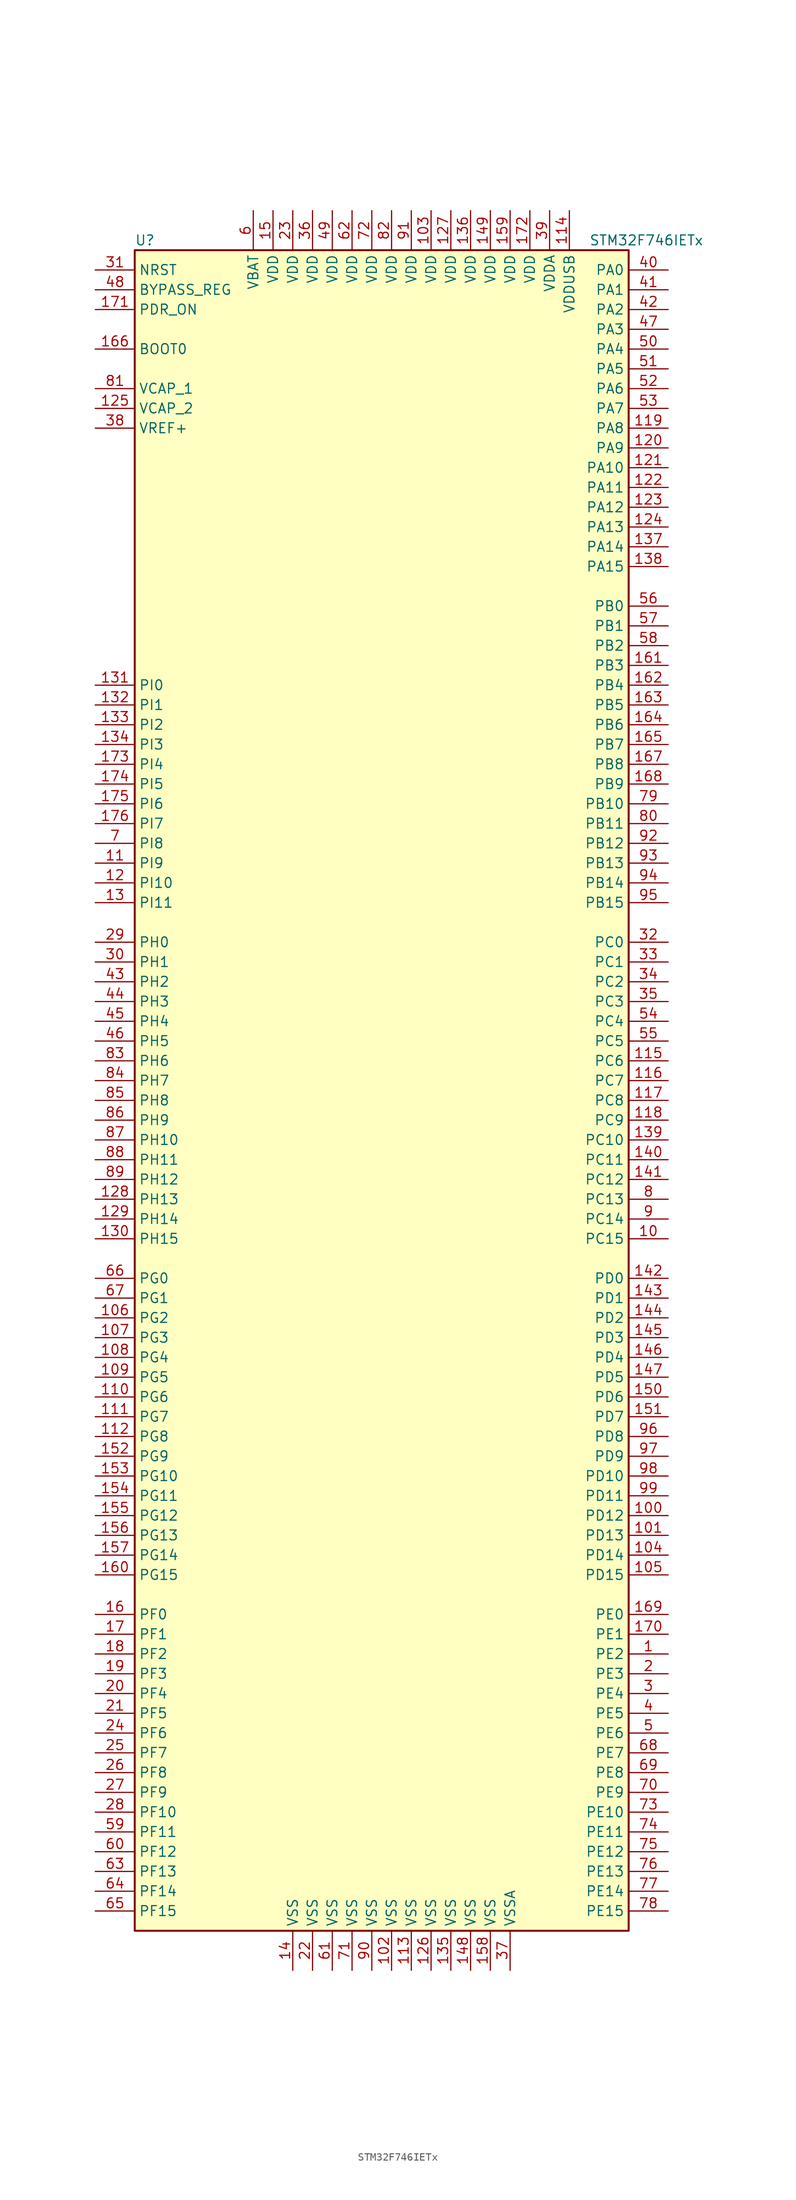
<source format=kicad_sym>
(kicad_symbol_lib
  (version 20201005)
  (generator kicad_symbol_editor)
  (symbol "STM32F746IETx"
    (property "Reference" "U"
      (at -33.02 107.95 0)
      (effects (font (size 1.27 1.27)) (justify left)))
    (property "Value" "STM32F746IETx"
      (at 25.4 107.95 0)
      (effects (font (size 1.27 1.27)) (justify left)))
    (symbol "STM32F746IETx_0_1"
      (rectangle (start -33.02 -109.22) (end 30.48 106.68) (stroke (width 0.254)) (fill (type background))))
    (symbol "STM32F746IETx_1_1"
      (pin bidirectional line (at 35.56 -73.66 180) (length 5.08) (name "PE2" (effects (font (size 1.27 1.27)))) (number "1" (effects (font (size 1.27 1.27)))))
      (pin bidirectional line (at 35.56 -20.32 180) (length 5.08) (name "PC15" (effects (font (size 1.27 1.27)))) (number "10" (effects (font (size 1.27 1.27)))))
      (pin bidirectional line (at 35.56 -55.88 180) (length 5.08) (name "PD12" (effects (font (size 1.27 1.27)))) (number "100" (effects (font (size 1.27 1.27)))))
      (pin bidirectional line (at 35.56 -58.42 180) (length 5.08) (name "PD13" (effects (font (size 1.27 1.27)))) (number "101" (effects (font (size 1.27 1.27)))))
      (pin power_in line (at 0 -114.3 90) (length 5.08) (name "VSS" (effects (font (size 1.27 1.27)))) (number "102" (effects (font (size 1.27 1.27)))))
      (pin power_in line (at 5.08 111.76 270) (length 5.08) (name "VDD" (effects (font (size 1.27 1.27)))) (number "103" (effects (font (size 1.27 1.27)))))
      (pin bidirectional line (at 35.56 -60.96 180) (length 5.08) (name "PD14" (effects (font (size 1.27 1.27)))) (number "104" (effects (font (size 1.27 1.27)))))
      (pin bidirectional line (at 35.56 -63.5 180) (length 5.08) (name "PD15" (effects (font (size 1.27 1.27)))) (number "105" (effects (font (size 1.27 1.27)))))
      (pin bidirectional line (at -38.1 -30.48 0) (length 5.08) (name "PG2" (effects (font (size 1.27 1.27)))) (number "106" (effects (font (size 1.27 1.27)))))
      (pin bidirectional line (at -38.1 -33.02 0) (length 5.08) (name "PG3" (effects (font (size 1.27 1.27)))) (number "107" (effects (font (size 1.27 1.27)))))
      (pin bidirectional line (at -38.1 -35.56 0) (length 5.08) (name "PG4" (effects (font (size 1.27 1.27)))) (number "108" (effects (font (size 1.27 1.27)))))
      (pin bidirectional line (at -38.1 -38.1 0) (length 5.08) (name "PG5" (effects (font (size 1.27 1.27)))) (number "109" (effects (font (size 1.27 1.27)))))
      (pin bidirectional line (at -38.1 27.94 0) (length 5.08) (name "PI9" (effects (font (size 1.27 1.27)))) (number "11" (effects (font (size 1.27 1.27)))))
      (pin bidirectional line (at -38.1 -40.64 0) (length 5.08) (name "PG6" (effects (font (size 1.27 1.27)))) (number "110" (effects (font (size 1.27 1.27)))))
      (pin bidirectional line (at -38.1 -43.18 0) (length 5.08) (name "PG7" (effects (font (size 1.27 1.27)))) (number "111" (effects (font (size 1.27 1.27)))))
      (pin bidirectional line (at -38.1 -45.72 0) (length 5.08) (name "PG8" (effects (font (size 1.27 1.27)))) (number "112" (effects (font (size 1.27 1.27)))))
      (pin power_in line (at 2.54 -114.3 90) (length 5.08) (name "VSS" (effects (font (size 1.27 1.27)))) (number "113" (effects (font (size 1.27 1.27)))))
      (pin power_in line (at 22.86 111.76 270) (length 5.08) (name "VDDUSB" (effects (font (size 1.27 1.27)))) (number "114" (effects (font (size 1.27 1.27)))))
      (pin bidirectional line (at 35.56 2.54 180) (length 5.08) (name "PC6" (effects (font (size 1.27 1.27)))) (number "115" (effects (font (size 1.27 1.27)))))
      (pin bidirectional line (at 35.56 0 180) (length 5.08) (name "PC7" (effects (font (size 1.27 1.27)))) (number "116" (effects (font (size 1.27 1.27)))))
      (pin bidirectional line (at 35.56 -2.54 180) (length 5.08) (name "PC8" (effects (font (size 1.27 1.27)))) (number "117" (effects (font (size 1.27 1.27)))))
      (pin bidirectional line (at 35.56 -5.08 180) (length 5.08) (name "PC9" (effects (font (size 1.27 1.27)))) (number "118" (effects (font (size 1.27 1.27)))))
      (pin bidirectional line (at 35.56 83.82 180) (length 5.08) (name "PA8" (effects (font (size 1.27 1.27)))) (number "119" (effects (font (size 1.27 1.27)))))
      (pin bidirectional line (at -38.1 25.4 0) (length 5.08) (name "PI10" (effects (font (size 1.27 1.27)))) (number "12" (effects (font (size 1.27 1.27)))))
      (pin bidirectional line (at 35.56 81.28 180) (length 5.08) (name "PA9" (effects (font (size 1.27 1.27)))) (number "120" (effects (font (size 1.27 1.27)))))
      (pin bidirectional line (at 35.56 78.74 180) (length 5.08) (name "PA10" (effects (font (size 1.27 1.27)))) (number "121" (effects (font (size 1.27 1.27)))))
      (pin bidirectional line (at 35.56 76.2 180) (length 5.08) (name "PA11" (effects (font (size 1.27 1.27)))) (number "122" (effects (font (size 1.27 1.27)))))
      (pin bidirectional line (at 35.56 73.66 180) (length 5.08) (name "PA12" (effects (font (size 1.27 1.27)))) (number "123" (effects (font (size 1.27 1.27)))))
      (pin bidirectional line (at 35.56 71.12 180) (length 5.08) (name "PA13" (effects (font (size 1.27 1.27)))) (number "124" (effects (font (size 1.27 1.27)))))
      (pin power_in line (at -38.1 86.36 0) (length 5.08) (name "VCAP_2" (effects (font (size 1.27 1.27)))) (number "125" (effects (font (size 1.27 1.27)))))
      (pin power_in line (at 5.08 -114.3 90) (length 5.08) (name "VSS" (effects (font (size 1.27 1.27)))) (number "126" (effects (font (size 1.27 1.27)))))
      (pin power_in line (at 7.62 111.76 270) (length 5.08) (name "VDD" (effects (font (size 1.27 1.27)))) (number "127" (effects (font (size 1.27 1.27)))))
      (pin bidirectional line (at -38.1 -15.24 0) (length 5.08) (name "PH13" (effects (font (size 1.27 1.27)))) (number "128" (effects (font (size 1.27 1.27)))))
      (pin bidirectional line (at -38.1 -17.78 0) (length 5.08) (name "PH14" (effects (font (size 1.27 1.27)))) (number "129" (effects (font (size 1.27 1.27)))))
      (pin bidirectional line (at -38.1 22.86 0) (length 5.08) (name "PI11" (effects (font (size 1.27 1.27)))) (number "13" (effects (font (size 1.27 1.27)))))
      (pin bidirectional line (at -38.1 -20.32 0) (length 5.08) (name "PH15" (effects (font (size 1.27 1.27)))) (number "130" (effects (font (size 1.27 1.27)))))
      (pin bidirectional line (at -38.1 50.8 0) (length 5.08) (name "PI0" (effects (font (size 1.27 1.27)))) (number "131" (effects (font (size 1.27 1.27)))))
      (pin bidirectional line (at -38.1 48.26 0) (length 5.08) (name "PI1" (effects (font (size 1.27 1.27)))) (number "132" (effects (font (size 1.27 1.27)))))
      (pin bidirectional line (at -38.1 45.72 0) (length 5.08) (name "PI2" (effects (font (size 1.27 1.27)))) (number "133" (effects (font (size 1.27 1.27)))))
      (pin bidirectional line (at -38.1 43.18 0) (length 5.08) (name "PI3" (effects (font (size 1.27 1.27)))) (number "134" (effects (font (size 1.27 1.27)))))
      (pin power_in line (at 7.62 -114.3 90) (length 5.08) (name "VSS" (effects (font (size 1.27 1.27)))) (number "135" (effects (font (size 1.27 1.27)))))
      (pin power_in line (at 10.16 111.76 270) (length 5.08) (name "VDD" (effects (font (size 1.27 1.27)))) (number "136" (effects (font (size 1.27 1.27)))))
      (pin bidirectional line (at 35.56 68.58 180) (length 5.08) (name "PA14" (effects (font (size 1.27 1.27)))) (number "137" (effects (font (size 1.27 1.27)))))
      (pin bidirectional line (at 35.56 66.04 180) (length 5.08) (name "PA15" (effects (font (size 1.27 1.27)))) (number "138" (effects (font (size 1.27 1.27)))))
      (pin bidirectional line (at 35.56 -7.62 180) (length 5.08) (name "PC10" (effects (font (size 1.27 1.27)))) (number "139" (effects (font (size 1.27 1.27)))))
      (pin power_in line (at -12.7 -114.3 90) (length 5.08) (name "VSS" (effects (font (size 1.27 1.27)))) (number "14" (effects (font (size 1.27 1.27)))))
      (pin bidirectional line (at 35.56 -10.16 180) (length 5.08) (name "PC11" (effects (font (size 1.27 1.27)))) (number "140" (effects (font (size 1.27 1.27)))))
      (pin bidirectional line (at 35.56 -12.7 180) (length 5.08) (name "PC12" (effects (font (size 1.27 1.27)))) (number "141" (effects (font (size 1.27 1.27)))))
      (pin bidirectional line (at 35.56 -25.4 180) (length 5.08) (name "PD0" (effects (font (size 1.27 1.27)))) (number "142" (effects (font (size 1.27 1.27)))))
      (pin bidirectional line (at 35.56 -27.94 180) (length 5.08) (name "PD1" (effects (font (size 1.27 1.27)))) (number "143" (effects (font (size 1.27 1.27)))))
      (pin bidirectional line (at 35.56 -30.48 180) (length 5.08) (name "PD2" (effects (font (size 1.27 1.27)))) (number "144" (effects (font (size 1.27 1.27)))))
      (pin bidirectional line (at 35.56 -33.02 180) (length 5.08) (name "PD3" (effects (font (size 1.27 1.27)))) (number "145" (effects (font (size 1.27 1.27)))))
      (pin bidirectional line (at 35.56 -35.56 180) (length 5.08) (name "PD4" (effects (font (size 1.27 1.27)))) (number "146" (effects (font (size 1.27 1.27)))))
      (pin bidirectional line (at 35.56 -38.1 180) (length 5.08) (name "PD5" (effects (font (size 1.27 1.27)))) (number "147" (effects (font (size 1.27 1.27)))))
      (pin power_in line (at 10.16 -114.3 90) (length 5.08) (name "VSS" (effects (font (size 1.27 1.27)))) (number "148" (effects (font (size 1.27 1.27)))))
      (pin power_in line (at 12.7 111.76 270) (length 5.08) (name "VDD" (effects (font (size 1.27 1.27)))) (number "149" (effects (font (size 1.27 1.27)))))
      (pin power_in line (at -15.24 111.76 270) (length 5.08) (name "VDD" (effects (font (size 1.27 1.27)))) (number "15" (effects (font (size 1.27 1.27)))))
      (pin bidirectional line (at 35.56 -40.64 180) (length 5.08) (name "PD6" (effects (font (size 1.27 1.27)))) (number "150" (effects (font (size 1.27 1.27)))))
      (pin bidirectional line (at 35.56 -43.18 180) (length 5.08) (name "PD7" (effects (font (size 1.27 1.27)))) (number "151" (effects (font (size 1.27 1.27)))))
      (pin bidirectional line (at -38.1 -48.26 0) (length 5.08) (name "PG9" (effects (font (size 1.27 1.27)))) (number "152" (effects (font (size 1.27 1.27)))))
      (pin bidirectional line (at -38.1 -50.8 0) (length 5.08) (name "PG10" (effects (font (size 1.27 1.27)))) (number "153" (effects (font (size 1.27 1.27)))))
      (pin bidirectional line (at -38.1 -53.34 0) (length 5.08) (name "PG11" (effects (font (size 1.27 1.27)))) (number "154" (effects (font (size 1.27 1.27)))))
      (pin bidirectional line (at -38.1 -55.88 0) (length 5.08) (name "PG12" (effects (font (size 1.27 1.27)))) (number "155" (effects (font (size 1.27 1.27)))))
      (pin bidirectional line (at -38.1 -58.42 0) (length 5.08) (name "PG13" (effects (font (size 1.27 1.27)))) (number "156" (effects (font (size 1.27 1.27)))))
      (pin bidirectional line (at -38.1 -60.96 0) (length 5.08) (name "PG14" (effects (font (size 1.27 1.27)))) (number "157" (effects (font (size 1.27 1.27)))))
      (pin power_in line (at 12.7 -114.3 90) (length 5.08) (name "VSS" (effects (font (size 1.27 1.27)))) (number "158" (effects (font (size 1.27 1.27)))))
      (pin power_in line (at 15.24 111.76 270) (length 5.08) (name "VDD" (effects (font (size 1.27 1.27)))) (number "159" (effects (font (size 1.27 1.27)))))
      (pin bidirectional line (at -38.1 -68.58 0) (length 5.08) (name "PF0" (effects (font (size 1.27 1.27)))) (number "16" (effects (font (size 1.27 1.27)))))
      (pin bidirectional line (at -38.1 -63.5 0) (length 5.08) (name "PG15" (effects (font (size 1.27 1.27)))) (number "160" (effects (font (size 1.27 1.27)))))
      (pin bidirectional line (at 35.56 53.34 180) (length 5.08) (name "PB3" (effects (font (size 1.27 1.27)))) (number "161" (effects (font (size 1.27 1.27)))))
      (pin bidirectional line (at 35.56 50.8 180) (length 5.08) (name "PB4" (effects (font (size 1.27 1.27)))) (number "162" (effects (font (size 1.27 1.27)))))
      (pin bidirectional line (at 35.56 48.26 180) (length 5.08) (name "PB5" (effects (font (size 1.27 1.27)))) (number "163" (effects (font (size 1.27 1.27)))))
      (pin bidirectional line (at 35.56 45.72 180) (length 5.08) (name "PB6" (effects (font (size 1.27 1.27)))) (number "164" (effects (font (size 1.27 1.27)))))
      (pin bidirectional line (at 35.56 43.18 180) (length 5.08) (name "PB7" (effects (font (size 1.27 1.27)))) (number "165" (effects (font (size 1.27 1.27)))))
      (pin input line (at -38.1 93.98 0) (length 5.08) (name "BOOT0" (effects (font (size 1.27 1.27)))) (number "166" (effects (font (size 1.27 1.27)))))
      (pin bidirectional line (at 35.56 40.64 180) (length 5.08) (name "PB8" (effects (font (size 1.27 1.27)))) (number "167" (effects (font (size 1.27 1.27)))))
      (pin bidirectional line (at 35.56 38.1 180) (length 5.08) (name "PB9" (effects (font (size 1.27 1.27)))) (number "168" (effects (font (size 1.27 1.27)))))
      (pin bidirectional line (at 35.56 -68.58 180) (length 5.08) (name "PE0" (effects (font (size 1.27 1.27)))) (number "169" (effects (font (size 1.27 1.27)))))
      (pin bidirectional line (at -38.1 -71.12 0) (length 5.08) (name "PF1" (effects (font (size 1.27 1.27)))) (number "17" (effects (font (size 1.27 1.27)))))
      (pin bidirectional line (at 35.56 -71.12 180) (length 5.08) (name "PE1" (effects (font (size 1.27 1.27)))) (number "170" (effects (font (size 1.27 1.27)))))
      (pin input line (at -38.1 99.06 0) (length 5.08) (name "PDR_ON" (effects (font (size 1.27 1.27)))) (number "171" (effects (font (size 1.27 1.27)))))
      (pin power_in line (at 17.78 111.76 270) (length 5.08) (name "VDD" (effects (font (size 1.27 1.27)))) (number "172" (effects (font (size 1.27 1.27)))))
      (pin bidirectional line (at -38.1 40.64 0) (length 5.08) (name "PI4" (effects (font (size 1.27 1.27)))) (number "173" (effects (font (size 1.27 1.27)))))
      (pin bidirectional line (at -38.1 38.1 0) (length 5.08) (name "PI5" (effects (font (size 1.27 1.27)))) (number "174" (effects (font (size 1.27 1.27)))))
      (pin bidirectional line (at -38.1 35.56 0) (length 5.08) (name "PI6" (effects (font (size 1.27 1.27)))) (number "175" (effects (font (size 1.27 1.27)))))
      (pin bidirectional line (at -38.1 33.02 0) (length 5.08) (name "PI7" (effects (font (size 1.27 1.27)))) (number "176" (effects (font (size 1.27 1.27)))))
      (pin bidirectional line (at -38.1 -73.66 0) (length 5.08) (name "PF2" (effects (font (size 1.27 1.27)))) (number "18" (effects (font (size 1.27 1.27)))))
      (pin bidirectional line (at -38.1 -76.2 0) (length 5.08) (name "PF3" (effects (font (size 1.27 1.27)))) (number "19" (effects (font (size 1.27 1.27)))))
      (pin bidirectional line (at 35.56 -76.2 180) (length 5.08) (name "PE3" (effects (font (size 1.27 1.27)))) (number "2" (effects (font (size 1.27 1.27)))))
      (pin bidirectional line (at -38.1 -78.74 0) (length 5.08) (name "PF4" (effects (font (size 1.27 1.27)))) (number "20" (effects (font (size 1.27 1.27)))))
      (pin bidirectional line (at -38.1 -81.28 0) (length 5.08) (name "PF5" (effects (font (size 1.27 1.27)))) (number "21" (effects (font (size 1.27 1.27)))))
      (pin power_in line (at -10.16 -114.3 90) (length 5.08) (name "VSS" (effects (font (size 1.27 1.27)))) (number "22" (effects (font (size 1.27 1.27)))))
      (pin power_in line (at -12.7 111.76 270) (length 5.08) (name "VDD" (effects (font (size 1.27 1.27)))) (number "23" (effects (font (size 1.27 1.27)))))
      (pin bidirectional line (at -38.1 -83.82 0) (length 5.08) (name "PF6" (effects (font (size 1.27 1.27)))) (number "24" (effects (font (size 1.27 1.27)))))
      (pin bidirectional line (at -38.1 -86.36 0) (length 5.08) (name "PF7" (effects (font (size 1.27 1.27)))) (number "25" (effects (font (size 1.27 1.27)))))
      (pin bidirectional line (at -38.1 -88.9 0) (length 5.08) (name "PF8" (effects (font (size 1.27 1.27)))) (number "26" (effects (font (size 1.27 1.27)))))
      (pin bidirectional line (at -38.1 -91.44 0) (length 5.08) (name "PF9" (effects (font (size 1.27 1.27)))) (number "27" (effects (font (size 1.27 1.27)))))
      (pin bidirectional line (at -38.1 -93.98 0) (length 5.08) (name "PF10" (effects (font (size 1.27 1.27)))) (number "28" (effects (font (size 1.27 1.27)))))
      (pin input line (at -38.1 17.78 0) (length 5.08) (name "PH0" (effects (font (size 1.27 1.27)))) (number "29" (effects (font (size 1.27 1.27)))))
      (pin bidirectional line (at 35.56 -78.74 180) (length 5.08) (name "PE4" (effects (font (size 1.27 1.27)))) (number "3" (effects (font (size 1.27 1.27)))))
      (pin input line (at -38.1 15.24 0) (length 5.08) (name "PH1" (effects (font (size 1.27 1.27)))) (number "30" (effects (font (size 1.27 1.27)))))
      (pin input line (at -38.1 104.14 0) (length 5.08) (name "NRST" (effects (font (size 1.27 1.27)))) (number "31" (effects (font (size 1.27 1.27)))))
      (pin bidirectional line (at 35.56 17.78 180) (length 5.08) (name "PC0" (effects (font (size 1.27 1.27)))) (number "32" (effects (font (size 1.27 1.27)))))
      (pin bidirectional line (at 35.56 15.24 180) (length 5.08) (name "PC1" (effects (font (size 1.27 1.27)))) (number "33" (effects (font (size 1.27 1.27)))))
      (pin bidirectional line (at 35.56 12.7 180) (length 5.08) (name "PC2" (effects (font (size 1.27 1.27)))) (number "34" (effects (font (size 1.27 1.27)))))
      (pin bidirectional line (at 35.56 10.16 180) (length 5.08) (name "PC3" (effects (font (size 1.27 1.27)))) (number "35" (effects (font (size 1.27 1.27)))))
      (pin power_in line (at -10.16 111.76 270) (length 5.08) (name "VDD" (effects (font (size 1.27 1.27)))) (number "36" (effects (font (size 1.27 1.27)))))
      (pin power_in line (at 15.24 -114.3 90) (length 5.08) (name "VSSA" (effects (font (size 1.27 1.27)))) (number "37" (effects (font (size 1.27 1.27)))))
      (pin power_in line (at -38.1 83.82 0) (length 5.08) (name "VREF+" (effects (font (size 1.27 1.27)))) (number "38" (effects (font (size 1.27 1.27)))))
      (pin power_in line (at 20.32 111.76 270) (length 5.08) (name "VDDA" (effects (font (size 1.27 1.27)))) (number "39" (effects (font (size 1.27 1.27)))))
      (pin bidirectional line (at 35.56 -81.28 180) (length 5.08) (name "PE5" (effects (font (size 1.27 1.27)))) (number "4" (effects (font (size 1.27 1.27)))))
      (pin bidirectional line (at 35.56 104.14 180) (length 5.08) (name "PA0" (effects (font (size 1.27 1.27)))) (number "40" (effects (font (size 1.27 1.27)))))
      (pin bidirectional line (at 35.56 101.6 180) (length 5.08) (name "PA1" (effects (font (size 1.27 1.27)))) (number "41" (effects (font (size 1.27 1.27)))))
      (pin bidirectional line (at 35.56 99.06 180) (length 5.08) (name "PA2" (effects (font (size 1.27 1.27)))) (number "42" (effects (font (size 1.27 1.27)))))
      (pin bidirectional line (at -38.1 12.7 0) (length 5.08) (name "PH2" (effects (font (size 1.27 1.27)))) (number "43" (effects (font (size 1.27 1.27)))))
      (pin bidirectional line (at -38.1 10.16 0) (length 5.08) (name "PH3" (effects (font (size 1.27 1.27)))) (number "44" (effects (font (size 1.27 1.27)))))
      (pin bidirectional line (at -38.1 7.62 0) (length 5.08) (name "PH4" (effects (font (size 1.27 1.27)))) (number "45" (effects (font (size 1.27 1.27)))))
      (pin bidirectional line (at -38.1 5.08 0) (length 5.08) (name "PH5" (effects (font (size 1.27 1.27)))) (number "46" (effects (font (size 1.27 1.27)))))
      (pin bidirectional line (at 35.56 96.52 180) (length 5.08) (name "PA3" (effects (font (size 1.27 1.27)))) (number "47" (effects (font (size 1.27 1.27)))))
      (pin input line (at -38.1 101.6 0) (length 5.08) (name "BYPASS_REG" (effects (font (size 1.27 1.27)))) (number "48" (effects (font (size 1.27 1.27)))))
      (pin power_in line (at -7.62 111.76 270) (length 5.08) (name "VDD" (effects (font (size 1.27 1.27)))) (number "49" (effects (font (size 1.27 1.27)))))
      (pin bidirectional line (at 35.56 -83.82 180) (length 5.08) (name "PE6" (effects (font (size 1.27 1.27)))) (number "5" (effects (font (size 1.27 1.27)))))
      (pin bidirectional line (at 35.56 93.98 180) (length 5.08) (name "PA4" (effects (font (size 1.27 1.27)))) (number "50" (effects (font (size 1.27 1.27)))))
      (pin bidirectional line (at 35.56 91.44 180) (length 5.08) (name "PA5" (effects (font (size 1.27 1.27)))) (number "51" (effects (font (size 1.27 1.27)))))
      (pin bidirectional line (at 35.56 88.9 180) (length 5.08) (name "PA6" (effects (font (size 1.27 1.27)))) (number "52" (effects (font (size 1.27 1.27)))))
      (pin bidirectional line (at 35.56 86.36 180) (length 5.08) (name "PA7" (effects (font (size 1.27 1.27)))) (number "53" (effects (font (size 1.27 1.27)))))
      (pin bidirectional line (at 35.56 7.62 180) (length 5.08) (name "PC4" (effects (font (size 1.27 1.27)))) (number "54" (effects (font (size 1.27 1.27)))))
      (pin bidirectional line (at 35.56 5.08 180) (length 5.08) (name "PC5" (effects (font (size 1.27 1.27)))) (number "55" (effects (font (size 1.27 1.27)))))
      (pin bidirectional line (at 35.56 60.96 180) (length 5.08) (name "PB0" (effects (font (size 1.27 1.27)))) (number "56" (effects (font (size 1.27 1.27)))))
      (pin bidirectional line (at 35.56 58.42 180) (length 5.08) (name "PB1" (effects (font (size 1.27 1.27)))) (number "57" (effects (font (size 1.27 1.27)))))
      (pin bidirectional line (at 35.56 55.88 180) (length 5.08) (name "PB2" (effects (font (size 1.27 1.27)))) (number "58" (effects (font (size 1.27 1.27)))))
      (pin bidirectional line (at -38.1 -96.52 0) (length 5.08) (name "PF11" (effects (font (size 1.27 1.27)))) (number "59" (effects (font (size 1.27 1.27)))))
      (pin power_in line (at -17.78 111.76 270) (length 5.08) (name "VBAT" (effects (font (size 1.27 1.27)))) (number "6" (effects (font (size 1.27 1.27)))))
      (pin bidirectional line (at -38.1 -99.06 0) (length 5.08) (name "PF12" (effects (font (size 1.27 1.27)))) (number "60" (effects (font (size 1.27 1.27)))))
      (pin power_in line (at -7.62 -114.3 90) (length 5.08) (name "VSS" (effects (font (size 1.27 1.27)))) (number "61" (effects (font (size 1.27 1.27)))))
      (pin power_in line (at -5.08 111.76 270) (length 5.08) (name "VDD" (effects (font (size 1.27 1.27)))) (number "62" (effects (font (size 1.27 1.27)))))
      (pin bidirectional line (at -38.1 -101.6 0) (length 5.08) (name "PF13" (effects (font (size 1.27 1.27)))) (number "63" (effects (font (size 1.27 1.27)))))
      (pin bidirectional line (at -38.1 -104.14 0) (length 5.08) (name "PF14" (effects (font (size 1.27 1.27)))) (number "64" (effects (font (size 1.27 1.27)))))
      (pin bidirectional line (at -38.1 -106.68 0) (length 5.08) (name "PF15" (effects (font (size 1.27 1.27)))) (number "65" (effects (font (size 1.27 1.27)))))
      (pin bidirectional line (at -38.1 -25.4 0) (length 5.08) (name "PG0" (effects (font (size 1.27 1.27)))) (number "66" (effects (font (size 1.27 1.27)))))
      (pin bidirectional line (at -38.1 -27.94 0) (length 5.08) (name "PG1" (effects (font (size 1.27 1.27)))) (number "67" (effects (font (size 1.27 1.27)))))
      (pin bidirectional line (at 35.56 -86.36 180) (length 5.08) (name "PE7" (effects (font (size 1.27 1.27)))) (number "68" (effects (font (size 1.27 1.27)))))
      (pin bidirectional line (at 35.56 -88.9 180) (length 5.08) (name "PE8" (effects (font (size 1.27 1.27)))) (number "69" (effects (font (size 1.27 1.27)))))
      (pin bidirectional line (at -38.1 30.48 0) (length 5.08) (name "PI8" (effects (font (size 1.27 1.27)))) (number "7" (effects (font (size 1.27 1.27)))))
      (pin bidirectional line (at 35.56 -91.44 180) (length 5.08) (name "PE9" (effects (font (size 1.27 1.27)))) (number "70" (effects (font (size 1.27 1.27)))))
      (pin power_in line (at -5.08 -114.3 90) (length 5.08) (name "VSS" (effects (font (size 1.27 1.27)))) (number "71" (effects (font (size 1.27 1.27)))))
      (pin power_in line (at -2.54 111.76 270) (length 5.08) (name "VDD" (effects (font (size 1.27 1.27)))) (number "72" (effects (font (size 1.27 1.27)))))
      (pin bidirectional line (at 35.56 -93.98 180) (length 5.08) (name "PE10" (effects (font (size 1.27 1.27)))) (number "73" (effects (font (size 1.27 1.27)))))
      (pin bidirectional line (at 35.56 -96.52 180) (length 5.08) (name "PE11" (effects (font (size 1.27 1.27)))) (number "74" (effects (font (size 1.27 1.27)))))
      (pin bidirectional line (at 35.56 -99.06 180) (length 5.08) (name "PE12" (effects (font (size 1.27 1.27)))) (number "75" (effects (font (size 1.27 1.27)))))
      (pin bidirectional line (at 35.56 -101.6 180) (length 5.08) (name "PE13" (effects (font (size 1.27 1.27)))) (number "76" (effects (font (size 1.27 1.27)))))
      (pin bidirectional line (at 35.56 -104.14 180) (length 5.08) (name "PE14" (effects (font (size 1.27 1.27)))) (number "77" (effects (font (size 1.27 1.27)))))
      (pin bidirectional line (at 35.56 -106.68 180) (length 5.08) (name "PE15" (effects (font (size 1.27 1.27)))) (number "78" (effects (font (size 1.27 1.27)))))
      (pin bidirectional line (at 35.56 35.56 180) (length 5.08) (name "PB10" (effects (font (size 1.27 1.27)))) (number "79" (effects (font (size 1.27 1.27)))))
      (pin bidirectional line (at 35.56 -15.24 180) (length 5.08) (name "PC13" (effects (font (size 1.27 1.27)))) (number "8" (effects (font (size 1.27 1.27)))))
      (pin bidirectional line (at 35.56 33.02 180) (length 5.08) (name "PB11" (effects (font (size 1.27 1.27)))) (number "80" (effects (font (size 1.27 1.27)))))
      (pin power_in line (at -38.1 88.9 0) (length 5.08) (name "VCAP_1" (effects (font (size 1.27 1.27)))) (number "81" (effects (font (size 1.27 1.27)))))
      (pin power_in line (at 0 111.76 270) (length 5.08) (name "VDD" (effects (font (size 1.27 1.27)))) (number "82" (effects (font (size 1.27 1.27)))))
      (pin bidirectional line (at -38.1 2.54 0) (length 5.08) (name "PH6" (effects (font (size 1.27 1.27)))) (number "83" (effects (font (size 1.27 1.27)))))
      (pin bidirectional line (at -38.1 0 0) (length 5.08) (name "PH7" (effects (font (size 1.27 1.27)))) (number "84" (effects (font (size 1.27 1.27)))))
      (pin bidirectional line (at -38.1 -2.54 0) (length 5.08) (name "PH8" (effects (font (size 1.27 1.27)))) (number "85" (effects (font (size 1.27 1.27)))))
      (pin bidirectional line (at -38.1 -5.08 0) (length 5.08) (name "PH9" (effects (font (size 1.27 1.27)))) (number "86" (effects (font (size 1.27 1.27)))))
      (pin bidirectional line (at -38.1 -7.62 0) (length 5.08) (name "PH10" (effects (font (size 1.27 1.27)))) (number "87" (effects (font (size 1.27 1.27)))))
      (pin bidirectional line (at -38.1 -10.16 0) (length 5.08) (name "PH11" (effects (font (size 1.27 1.27)))) (number "88" (effects (font (size 1.27 1.27)))))
      (pin bidirectional line (at -38.1 -12.7 0) (length 5.08) (name "PH12" (effects (font (size 1.27 1.27)))) (number "89" (effects (font (size 1.27 1.27)))))
      (pin bidirectional line (at 35.56 -17.78 180) (length 5.08) (name "PC14" (effects (font (size 1.27 1.27)))) (number "9" (effects (font (size 1.27 1.27)))))
      (pin power_in line (at -2.54 -114.3 90) (length 5.08) (name "VSS" (effects (font (size 1.27 1.27)))) (number "90" (effects (font (size 1.27 1.27)))))
      (pin power_in line (at 2.54 111.76 270) (length 5.08) (name "VDD" (effects (font (size 1.27 1.27)))) (number "91" (effects (font (size 1.27 1.27)))))
      (pin bidirectional line (at 35.56 30.48 180) (length 5.08) (name "PB12" (effects (font (size 1.27 1.27)))) (number "92" (effects (font (size 1.27 1.27)))))
      (pin bidirectional line (at 35.56 27.94 180) (length 5.08) (name "PB13" (effects (font (size 1.27 1.27)))) (number "93" (effects (font (size 1.27 1.27)))))
      (pin bidirectional line (at 35.56 25.4 180) (length 5.08) (name "PB14" (effects (font (size 1.27 1.27)))) (number "94" (effects (font (size 1.27 1.27)))))
      (pin bidirectional line (at 35.56 22.86 180) (length 5.08) (name "PB15" (effects (font (size 1.27 1.27)))) (number "95" (effects (font (size 1.27 1.27)))))
      (pin bidirectional line (at 35.56 -45.72 180) (length 5.08) (name "PD8" (effects (font (size 1.27 1.27)))) (number "96" (effects (font (size 1.27 1.27)))))
      (pin bidirectional line (at 35.56 -48.26 180) (length 5.08) (name "PD9" (effects (font (size 1.27 1.27)))) (number "97" (effects (font (size 1.27 1.27)))))
      (pin bidirectional line (at 35.56 -50.8 180) (length 5.08) (name "PD10" (effects (font (size 1.27 1.27)))) (number "98" (effects (font (size 1.27 1.27)))))
      (pin bidirectional line (at 35.56 -53.34 180) (length 5.08) (name "PD11" (effects (font (size 1.27 1.27)))) (number "99" (effects (font (size 1.27 1.27))))))))
</source>
